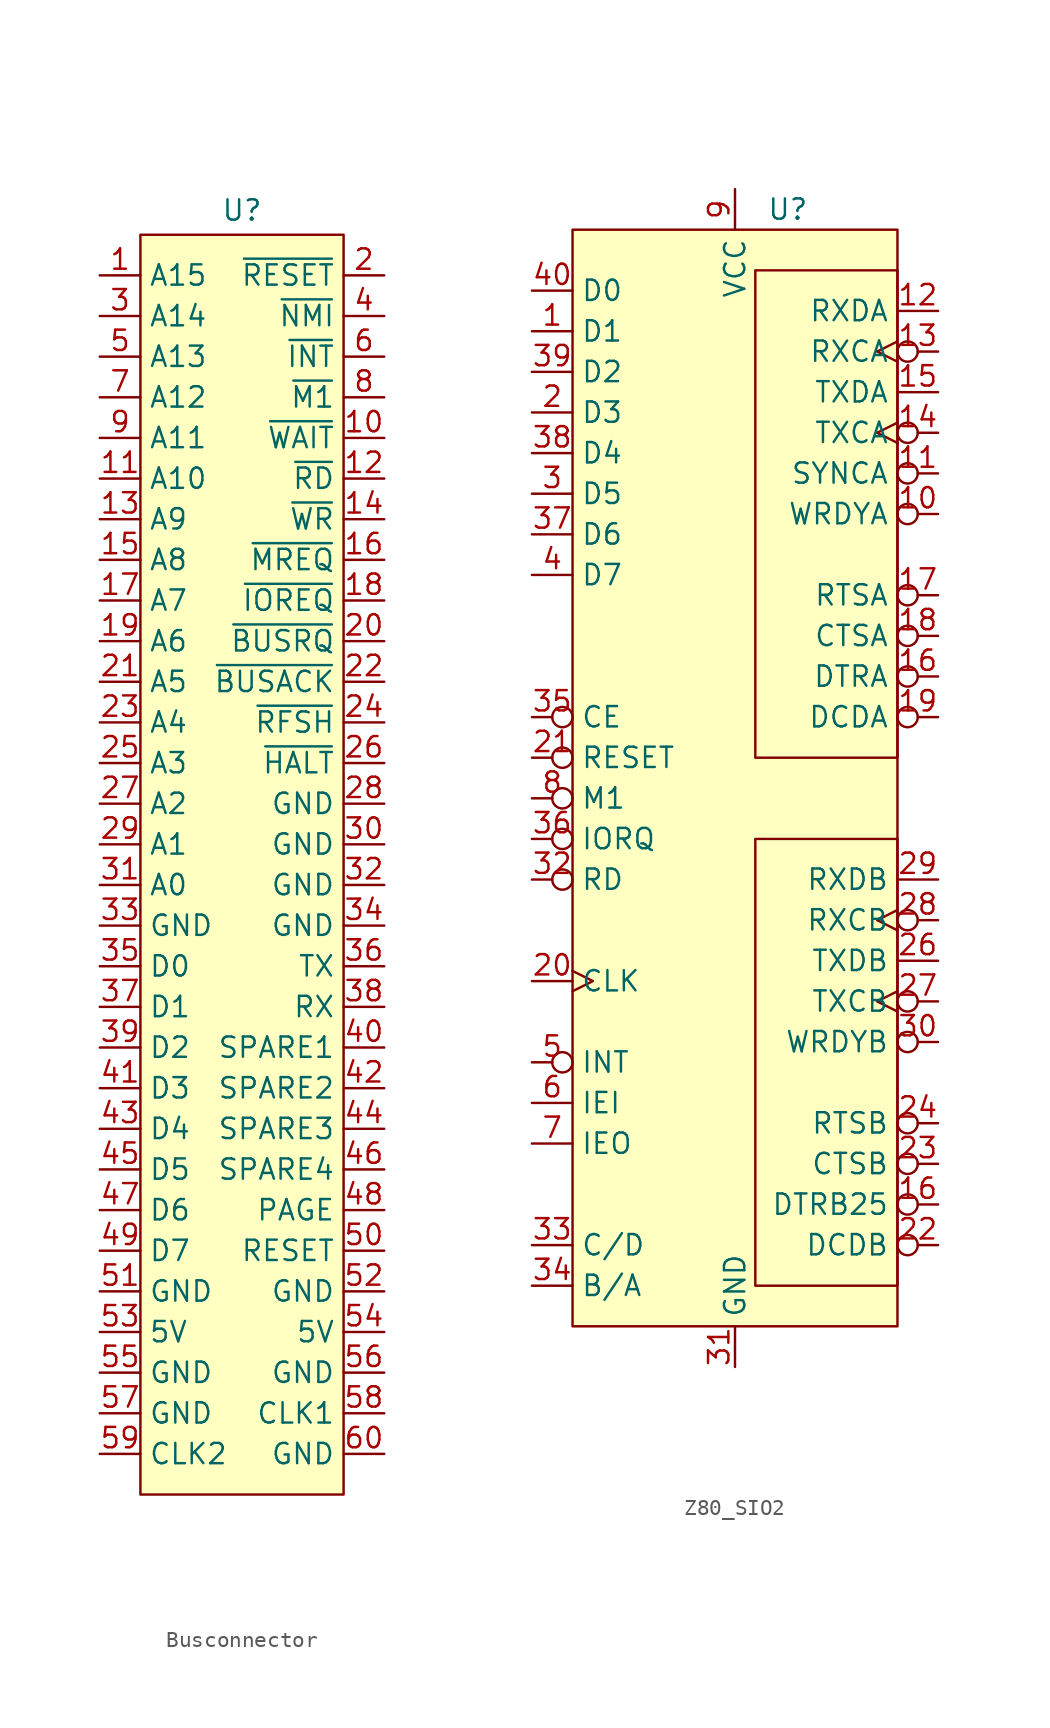
<source format=kicad_sym>
(kicad_symbol_lib
  (version 20231120)
  (generator "kicad_symbol_editor")
  (generator_version "8.0")
  (symbol "Busconnector"
    (property "Reference" "U"
      (at 0 48.514 0)
      (effects (font (size 1.27 1.27))))
    (property "Value" ""
      (at 0 0 0)
      (effects (font (size 1.27 1.27))))
    (symbol "Busconnector_1_1"
      (rectangle (start -6.35 46.99) (end 6.35 -31.75) (stroke (width 0) (type default)) (fill (type background)))
      (pin bidirectional line (at -8.89 44.45 0) (length 2.54) (name "A15" (effects (font (size 1.27 1.27)))) (number "1" (effects (font (size 1.27 1.27)))))
      (pin bidirectional line (at 8.89 34.29 180) (length 2.54) (name "~{WAIT}" (effects (font (size 1.27 1.27)))) (number "10" (effects (font (size 1.27 1.27)))))
      (pin bidirectional line (at -8.89 31.75 0) (length 2.54) (name "A10" (effects (font (size 1.27 1.27)))) (number "11" (effects (font (size 1.27 1.27)))))
      (pin bidirectional line (at 8.89 31.75 180) (length 2.54) (name "~{RD}" (effects (font (size 1.27 1.27)))) (number "12" (effects (font (size 1.27 1.27)))))
      (pin bidirectional line (at -8.89 29.21 0) (length 2.54) (name "A9" (effects (font (size 1.27 1.27)))) (number "13" (effects (font (size 1.27 1.27)))))
      (pin bidirectional line (at 8.89 29.21 180) (length 2.54) (name "~{WR}" (effects (font (size 1.27 1.27)))) (number "14" (effects (font (size 1.27 1.27)))))
      (pin bidirectional line (at -8.89 26.67 0) (length 2.54) (name "A8" (effects (font (size 1.27 1.27)))) (number "15" (effects (font (size 1.27 1.27)))))
      (pin bidirectional line (at 8.89 26.67 180) (length 2.54) (name "~{MREQ}" (effects (font (size 1.27 1.27)))) (number "16" (effects (font (size 1.27 1.27)))))
      (pin bidirectional line (at -8.89 24.13 0) (length 2.54) (name "A7" (effects (font (size 1.27 1.27)))) (number "17" (effects (font (size 1.27 1.27)))))
      (pin bidirectional line (at 8.89 24.13 180) (length 2.54) (name "~{IOREQ}" (effects (font (size 1.27 1.27)))) (number "18" (effects (font (size 1.27 1.27)))))
      (pin bidirectional line (at -8.89 21.59 0) (length 2.54) (name "A6" (effects (font (size 1.27 1.27)))) (number "19" (effects (font (size 1.27 1.27)))))
      (pin bidirectional line (at 8.89 44.45 180) (length 2.54) (name "~{RESET}" (effects (font (size 1.27 1.27)))) (number "2" (effects (font (size 1.27 1.27)))))
      (pin bidirectional line (at 8.89 21.59 180) (length 2.54) (name "~{BUSRQ}" (effects (font (size 1.27 1.27)))) (number "20" (effects (font (size 1.27 1.27)))))
      (pin bidirectional line (at -8.89 19.05 0) (length 2.54) (name "A5" (effects (font (size 1.27 1.27)))) (number "21" (effects (font (size 1.27 1.27)))))
      (pin bidirectional line (at 8.89 19.05 180) (length 2.54) (name "~{BUSACK}" (effects (font (size 1.27 1.27)))) (number "22" (effects (font (size 1.27 1.27)))))
      (pin bidirectional line (at -8.89 16.51 0) (length 2.54) (name "A4" (effects (font (size 1.27 1.27)))) (number "23" (effects (font (size 1.27 1.27)))))
      (pin bidirectional line (at 8.89 16.51 180) (length 2.54) (name "~{RFSH}" (effects (font (size 1.27 1.27)))) (number "24" (effects (font (size 1.27 1.27)))))
      (pin bidirectional line (at -8.89 13.97 0) (length 2.54) (name "A3" (effects (font (size 1.27 1.27)))) (number "25" (effects (font (size 1.27 1.27)))))
      (pin bidirectional line (at 8.89 13.97 180) (length 2.54) (name "~{HALT}" (effects (font (size 1.27 1.27)))) (number "26" (effects (font (size 1.27 1.27)))))
      (pin bidirectional line (at -8.89 11.43 0) (length 2.54) (name "A2" (effects (font (size 1.27 1.27)))) (number "27" (effects (font (size 1.27 1.27)))))
      (pin power_in line (at 8.89 11.43 180) (length 2.54) (name "GND" (effects (font (size 1.27 1.27)))) (number "28" (effects (font (size 1.27 1.27)))))
      (pin bidirectional line (at -8.89 8.89 0) (length 2.54) (name "A1" (effects (font (size 1.27 1.27)))) (number "29" (effects (font (size 1.27 1.27)))))
      (pin bidirectional line (at -8.89 41.91 0) (length 2.54) (name "A14" (effects (font (size 1.27 1.27)))) (number "3" (effects (font (size 1.27 1.27)))))
      (pin power_in line (at 8.89 8.89 180) (length 2.54) (name "GND" (effects (font (size 1.27 1.27)))) (number "30" (effects (font (size 1.27 1.27)))))
      (pin bidirectional line (at -8.89 6.35 0) (length 2.54) (name "A0" (effects (font (size 1.27 1.27)))) (number "31" (effects (font (size 1.27 1.27)))))
      (pin power_in line (at 8.89 6.35 180) (length 2.54) (name "GND" (effects (font (size 1.27 1.27)))) (number "32" (effects (font (size 1.27 1.27)))))
      (pin power_in line (at -8.89 3.81 0) (length 2.54) (name "GND" (effects (font (size 1.27 1.27)))) (number "33" (effects (font (size 1.27 1.27)))))
      (pin power_in line (at 8.89 3.81 180) (length 2.54) (name "GND" (effects (font (size 1.27 1.27)))) (number "34" (effects (font (size 1.27 1.27)))))
      (pin bidirectional line (at -8.89 1.27 0) (length 2.54) (name "D0" (effects (font (size 1.27 1.27)))) (number "35" (effects (font (size 1.27 1.27)))))
      (pin bidirectional line (at 8.89 1.27 180) (length 2.54) (name "TX" (effects (font (size 1.27 1.27)))) (number "36" (effects (font (size 1.27 1.27)))))
      (pin bidirectional line (at -8.89 -1.27 0) (length 2.54) (name "D1" (effects (font (size 1.27 1.27)))) (number "37" (effects (font (size 1.27 1.27)))))
      (pin bidirectional line (at 8.89 -1.27 180) (length 2.54) (name "RX" (effects (font (size 1.27 1.27)))) (number "38" (effects (font (size 1.27 1.27)))))
      (pin bidirectional line (at -8.89 -3.81 0) (length 2.54) (name "D2" (effects (font (size 1.27 1.27)))) (number "39" (effects (font (size 1.27 1.27)))))
      (pin bidirectional line (at 8.89 41.91 180) (length 2.54) (name "~{NMI}" (effects (font (size 1.27 1.27)))) (number "4" (effects (font (size 1.27 1.27)))))
      (pin bidirectional line (at 8.89 -3.81 180) (length 2.54) (name "SPARE1" (effects (font (size 1.27 1.27)))) (number "40" (effects (font (size 1.27 1.27)))))
      (pin bidirectional line (at -8.89 -6.35 0) (length 2.54) (name "D3" (effects (font (size 1.27 1.27)))) (number "41" (effects (font (size 1.27 1.27)))))
      (pin bidirectional line (at 8.89 -6.35 180) (length 2.54) (name "SPARE2" (effects (font (size 1.27 1.27)))) (number "42" (effects (font (size 1.27 1.27)))))
      (pin bidirectional line (at -8.89 -8.89 0) (length 2.54) (name "D4" (effects (font (size 1.27 1.27)))) (number "43" (effects (font (size 1.27 1.27)))))
      (pin bidirectional line (at 8.89 -8.89 180) (length 2.54) (name "SPARE3" (effects (font (size 1.27 1.27)))) (number "44" (effects (font (size 1.27 1.27)))))
      (pin bidirectional line (at -8.89 -11.43 0) (length 2.54) (name "D5" (effects (font (size 1.27 1.27)))) (number "45" (effects (font (size 1.27 1.27)))))
      (pin bidirectional line (at 8.89 -11.43 180) (length 2.54) (name "SPARE4" (effects (font (size 1.27 1.27)))) (number "46" (effects (font (size 1.27 1.27)))))
      (pin bidirectional line (at -8.89 -13.97 0) (length 2.54) (name "D6" (effects (font (size 1.27 1.27)))) (number "47" (effects (font (size 1.27 1.27)))))
      (pin bidirectional line (at 8.89 -13.97 180) (length 2.54) (name "PAGE" (effects (font (size 1.27 1.27)))) (number "48" (effects (font (size 1.27 1.27)))))
      (pin bidirectional line (at -8.89 -16.51 0) (length 2.54) (name "D7" (effects (font (size 1.27 1.27)))) (number "49" (effects (font (size 1.27 1.27)))))
      (pin bidirectional line (at -8.89 39.37 0) (length 2.54) (name "A13" (effects (font (size 1.27 1.27)))) (number "5" (effects (font (size 1.27 1.27)))))
      (pin bidirectional line (at 8.89 -16.51 180) (length 2.54) (name "RESET" (effects (font (size 1.27 1.27)))) (number "50" (effects (font (size 1.27 1.27)))))
      (pin power_out line (at -8.89 -19.05 0) (length 2.54) (name "GND" (effects (font (size 1.27 1.27)))) (number "51" (effects (font (size 1.27 1.27)))))
      (pin power_in line (at 8.89 -19.05 180) (length 2.54) (name "GND" (effects (font (size 1.27 1.27)))) (number "52" (effects (font (size 1.27 1.27)))))
      (pin power_out line (at -8.89 -21.59 0) (length 2.54) (name "5V" (effects (font (size 1.27 1.27)))) (number "53" (effects (font (size 1.27 1.27)))))
      (pin power_in line (at 8.89 -21.59 180) (length 2.54) (name "5V" (effects (font (size 1.27 1.27)))) (number "54" (effects (font (size 1.27 1.27)))))
      (pin power_in line (at -8.89 -24.13 0) (length 2.54) (name "GND" (effects (font (size 1.27 1.27)))) (number "55" (effects (font (size 1.27 1.27)))))
      (pin power_in line (at 8.89 -24.13 180) (length 2.54) (name "GND" (effects (font (size 1.27 1.27)))) (number "56" (effects (font (size 1.27 1.27)))))
      (pin power_in line (at -8.89 -26.67 0) (length 2.54) (name "GND" (effects (font (size 1.27 1.27)))) (number "57" (effects (font (size 1.27 1.27)))))
      (pin bidirectional line (at 8.89 -26.67 180) (length 2.54) (name "CLK1" (effects (font (size 1.27 1.27)))) (number "58" (effects (font (size 1.27 1.27)))))
      (pin bidirectional line (at -8.89 -29.21 0) (length 2.54) (name "CLK2" (effects (font (size 1.27 1.27)))) (number "59" (effects (font (size 1.27 1.27)))))
      (pin bidirectional line (at 8.89 39.37 180) (length 2.54) (name "~{INT}" (effects (font (size 1.27 1.27)))) (number "6" (effects (font (size 1.27 1.27)))))
      (pin power_in line (at 8.89 -29.21 180) (length 2.54) (name "GND" (effects (font (size 1.27 1.27)))) (number "60" (effects (font (size 1.27 1.27)))))
      (pin bidirectional line (at -8.89 36.83 0) (length 2.54) (name "A12" (effects (font (size 1.27 1.27)))) (number "7" (effects (font (size 1.27 1.27)))))
      (pin bidirectional line (at 8.89 36.83 180) (length 2.54) (name "~{M1}" (effects (font (size 1.27 1.27)))) (number "8" (effects (font (size 1.27 1.27)))))
      (pin bidirectional line (at -8.89 34.29 0) (length 2.54) (name "A11" (effects (font (size 1.27 1.27)))) (number "9" (effects (font (size 1.27 1.27)))))))
  (symbol "Z80_SIO2"
    (property "Reference" "U"
      (at 3.302 36.83 0)
      (effects (font (size 1.27 1.27))))
    (property "Value" ""
      (at 3.302 36.83 0)
      (effects (font (size 1.27 1.27))))
    (symbol "Z80_SIO2_0_1"
      (rectangle (start 10.16 -30.48) (end 1.27 -2.54) (stroke (width 0) (type default)) (fill (type none)))
      (rectangle (start 10.16 2.54) (end 1.27 33.02) (stroke (width 0) (type default)) (fill (type none))))
    (symbol "Z80_SIO2_1_1"
      (rectangle (start -10.16 35.56) (end 10.16 -33.02) (stroke (width 0) (type default)) (fill (type background)))
      (pin input line (at -12.7 29.21 0) (length 2.54) (name "D1" (effects (font (size 1.27 1.27)))) (number "1" (effects (font (size 1.27 1.27)))))
      (pin input inverted (at 12.7 17.78 180) (length 2.54) (name "WRDYA" (effects (font (size 1.27 1.27)))) (number "10" (effects (font (size 1.27 1.27)))))
      (pin input inverted (at 12.7 20.32 180) (length 2.54) (name "SYNCA" (effects (font (size 1.27 1.27)))) (number "11" (effects (font (size 1.27 1.27)))))
      (pin input line (at 12.7 30.48 180) (length 2.54) (name "RXDA" (effects (font (size 1.27 1.27)))) (number "12" (effects (font (size 1.27 1.27)))))
      (pin input inverted_clock (at 12.7 27.94 180) (length 2.54) (name "RXCA" (effects (font (size 1.27 1.27)))) (number "13" (effects (font (size 1.27 1.27)))))
      (pin input inverted_clock (at 12.7 22.86 180) (length 2.54) (name "TXCA" (effects (font (size 1.27 1.27)))) (number "14" (effects (font (size 1.27 1.27)))))
      (pin input line (at 12.7 25.4 180) (length 2.54) (name "TXDA" (effects (font (size 1.27 1.27)))) (number "15" (effects (font (size 1.27 1.27)))))
      (pin input inverted (at 12.7 7.62 180) (length 2.54) (name "DTRA" (effects (font (size 1.27 1.27)))) (number "16" (effects (font (size 1.27 1.27)))))
      (pin input inverted (at 12.7 -25.4 180) (length 2.54) (name "DTRB25" (effects (font (size 1.27 1.27)))) (number "16" (effects (font (size 1.27 1.27)))))
      (pin input inverted (at 12.7 12.7 180) (length 2.54) (name "RTSA" (effects (font (size 1.27 1.27)))) (number "17" (effects (font (size 1.27 1.27)))))
      (pin input inverted (at 12.7 10.16 180) (length 2.54) (name "CTSA" (effects (font (size 1.27 1.27)))) (number "18" (effects (font (size 1.27 1.27)))))
      (pin input inverted (at 12.7 5.08 180) (length 2.54) (name "DCDA" (effects (font (size 1.27 1.27)))) (number "19" (effects (font (size 1.27 1.27)))))
      (pin input line (at -12.7 24.13 0) (length 2.54) (name "D3" (effects (font (size 1.27 1.27)))) (number "2" (effects (font (size 1.27 1.27)))))
      (pin input clock (at -12.7 -11.43 0) (length 2.54) (name "CLK" (effects (font (size 1.27 1.27)))) (number "20" (effects (font (size 1.27 1.27)))))
      (pin input inverted (at -12.7 2.54 0) (length 2.54) (name "RESET" (effects (font (size 1.27 1.27)))) (number "21" (effects (font (size 1.27 1.27)))))
      (pin input inverted (at 12.7 -27.94 180) (length 2.54) (name "DCDB" (effects (font (size 1.27 1.27)))) (number "22" (effects (font (size 1.27 1.27)))))
      (pin input inverted (at 12.7 -22.86 180) (length 2.54) (name "CTSB" (effects (font (size 1.27 1.27)))) (number "23" (effects (font (size 1.27 1.27)))))
      (pin input inverted (at 12.7 -20.32 180) (length 2.54) (name "RTSB" (effects (font (size 1.27 1.27)))) (number "24" (effects (font (size 1.27 1.27)))))
      (pin input line (at 12.7 -10.16 180) (length 2.54) (name "TXDB" (effects (font (size 1.27 1.27)))) (number "26" (effects (font (size 1.27 1.27)))))
      (pin input inverted_clock (at 12.7 -12.7 180) (length 2.54) (name "TXCB" (effects (font (size 1.27 1.27)))) (number "27" (effects (font (size 1.27 1.27)))))
      (pin input inverted_clock (at 12.7 -7.62 180) (length 2.54) (name "RXCB" (effects (font (size 1.27 1.27)))) (number "28" (effects (font (size 1.27 1.27)))))
      (pin input line (at 12.7 -5.08 180) (length 2.54) (name "RXDB" (effects (font (size 1.27 1.27)))) (number "29" (effects (font (size 1.27 1.27)))))
      (pin input line (at -12.7 19.05 0) (length 2.54) (name "D5" (effects (font (size 1.27 1.27)))) (number "3" (effects (font (size 1.27 1.27)))))
      (pin input inverted (at 12.7 -15.24 180) (length 2.54) (name "WRDYB" (effects (font (size 1.27 1.27)))) (number "30" (effects (font (size 1.27 1.27)))))
      (pin power_in line (at 0 -35.56 90) (length 2.54) (name "GND" (effects (font (size 1.27 1.27)))) (number "31" (effects (font (size 1.27 1.27)))))
      (pin input inverted (at -12.7 -5.08 0) (length 2.54) (name "RD" (effects (font (size 1.27 1.27)))) (number "32" (effects (font (size 1.27 1.27)))))
      (pin input line (at -12.7 -27.94 0) (length 2.54) (name "C/D" (effects (font (size 1.27 1.27)))) (number "33" (effects (font (size 1.27 1.27)))))
      (pin input line (at -12.7 -30.48 0) (length 2.54) (name "B/A" (effects (font (size 1.27 1.27)))) (number "34" (effects (font (size 1.27 1.27)))))
      (pin input inverted (at -12.7 5.08 0) (length 2.54) (name "CE" (effects (font (size 1.27 1.27)))) (number "35" (effects (font (size 1.27 1.27)))))
      (pin input inverted (at -12.7 -2.54 0) (length 2.54) (name "IORQ" (effects (font (size 1.27 1.27)))) (number "36" (effects (font (size 1.27 1.27)))))
      (pin input line (at -12.7 16.51 0) (length 2.54) (name "D6" (effects (font (size 1.27 1.27)))) (number "37" (effects (font (size 1.27 1.27)))))
      (pin input line (at -12.7 21.59 0) (length 2.54) (name "D4" (effects (font (size 1.27 1.27)))) (number "38" (effects (font (size 1.27 1.27)))))
      (pin input line (at -12.7 26.67 0) (length 2.54) (name "D2" (effects (font (size 1.27 1.27)))) (number "39" (effects (font (size 1.27 1.27)))))
      (pin input line (at -12.7 13.97 0) (length 2.54) (name "D7" (effects (font (size 1.27 1.27)))) (number "4" (effects (font (size 1.27 1.27)))))
      (pin input line (at -12.7 31.75 0) (length 2.54) (name "D0" (effects (font (size 1.27 1.27)))) (number "40" (effects (font (size 1.27 1.27)))))
      (pin input inverted (at -12.7 -16.51 0) (length 2.54) (name "INT" (effects (font (size 1.27 1.27)))) (number "5" (effects (font (size 1.27 1.27)))))
      (pin input line (at -12.7 -19.05 0) (length 2.54) (name "IEI" (effects (font (size 1.27 1.27)))) (number "6" (effects (font (size 1.27 1.27)))))
      (pin input line (at -12.7 -21.59 0) (length 2.54) (name "IEO" (effects (font (size 1.27 1.27)))) (number "7" (effects (font (size 1.27 1.27)))))
      (pin input inverted (at -12.7 0 0) (length 2.54) (name "M1" (effects (font (size 1.27 1.27)))) (number "8" (effects (font (size 1.27 1.27)))))
      (pin power_in line (at 0 38.1 270) (length 2.54) (name "VCC" (effects (font (size 1.27 1.27)))) (number "9" (effects (font (size 1.27 1.27))))))))
</source>
